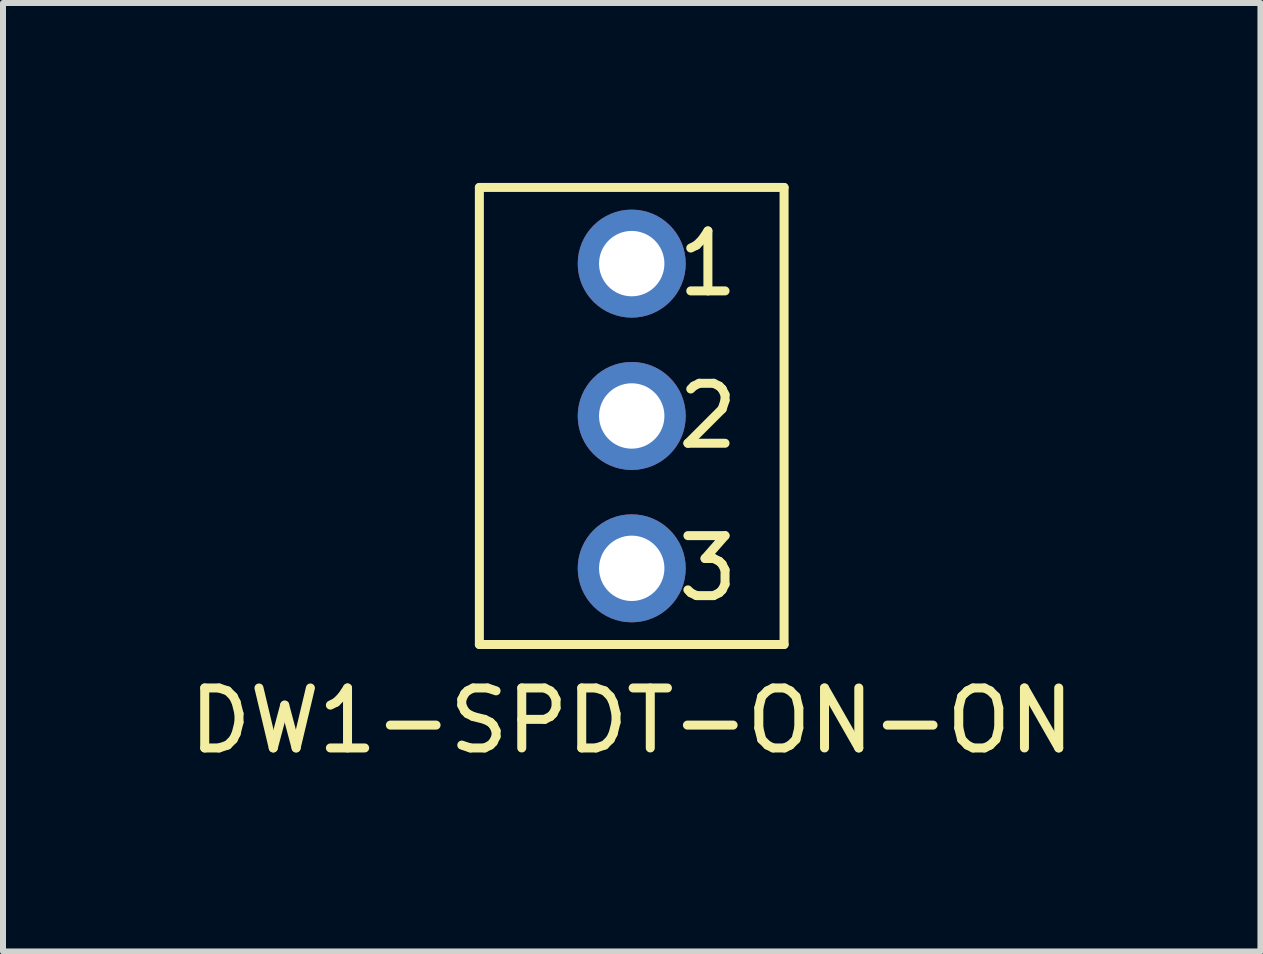
<source format=kicad_pcb>
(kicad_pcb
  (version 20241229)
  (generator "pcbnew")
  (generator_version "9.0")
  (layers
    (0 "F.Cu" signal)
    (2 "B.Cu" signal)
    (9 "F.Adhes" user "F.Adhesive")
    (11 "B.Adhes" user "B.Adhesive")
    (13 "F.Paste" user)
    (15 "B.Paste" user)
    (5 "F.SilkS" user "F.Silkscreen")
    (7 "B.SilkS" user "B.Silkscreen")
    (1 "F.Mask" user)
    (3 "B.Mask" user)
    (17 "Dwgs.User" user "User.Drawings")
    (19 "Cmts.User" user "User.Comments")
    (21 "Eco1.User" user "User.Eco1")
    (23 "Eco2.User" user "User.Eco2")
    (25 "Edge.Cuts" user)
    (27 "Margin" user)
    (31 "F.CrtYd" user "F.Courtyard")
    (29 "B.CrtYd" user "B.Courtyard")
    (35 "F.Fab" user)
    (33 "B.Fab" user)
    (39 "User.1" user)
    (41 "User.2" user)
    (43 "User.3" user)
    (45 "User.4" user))
  (footprint "DW1-SPDT-ON-ON"
    (layer "F.Cu")
    (at 7.482 6.425)
    (property "Reference" "DW1-SPDT-ON-ON" (at 0 2.54 0) (layer "F.SilkS") (effects (font (size 1 1) (thickness 0.15))))
    (attr through_hole)
    (fp_line (start -2.54 -6.35) (end -2.54 1.27) (stroke (width 0.15) (type solid)) (layer "F.SilkS"))
    (fp_line (start -2.54 1.27) (end 2.54 1.27) (stroke (width 0.15) (type solid)) (layer "F.SilkS"))
    (fp_line (start 2.54 -6.35) (end -2.54 -6.35) (stroke (width 0.15) (type solid)) (layer "F.SilkS"))
    (fp_line (start 2.54 1.27) (end 2.54 -6.35) (stroke (width 0.15) (type solid)) (layer "F.SilkS"))
    (fp_text user "1" (at 1.27 -5.08 0) (layer "F.SilkS") (effects (font (size 1 1) (thickness 0.15))))
    (fp_text user "2" (at 1.27 -2.54 0) (layer "F.SilkS") (effects (font (size 1 1) (thickness 0.15))))
    (fp_text user "3" (at 1.27 0 0) (layer "F.SilkS") (effects (font (size 1 1) (thickness 0.15))))
    (pad "1" thru_hole circle (at 0 -5.08) (size 1.8 1.8) (drill 1.09) (layers "*.Cu" "*.Mask"))
    (pad "2" thru_hole circle (at 0 -2.54) (size 1.8 1.8) (drill 1.09) (layers "*.Cu" "*.Mask"))
    (pad "3" thru_hole circle (at 0 0) (size 1.8 1.8) (drill 1.09) (layers "*.Cu" "*.Mask")))
  (gr_rect
    (start -3 -3)
    (end 17.964 12.813)
    (stroke (width 0.1) (type default))
    (fill no)
    (layer "Edge.Cuts")))
</source>
